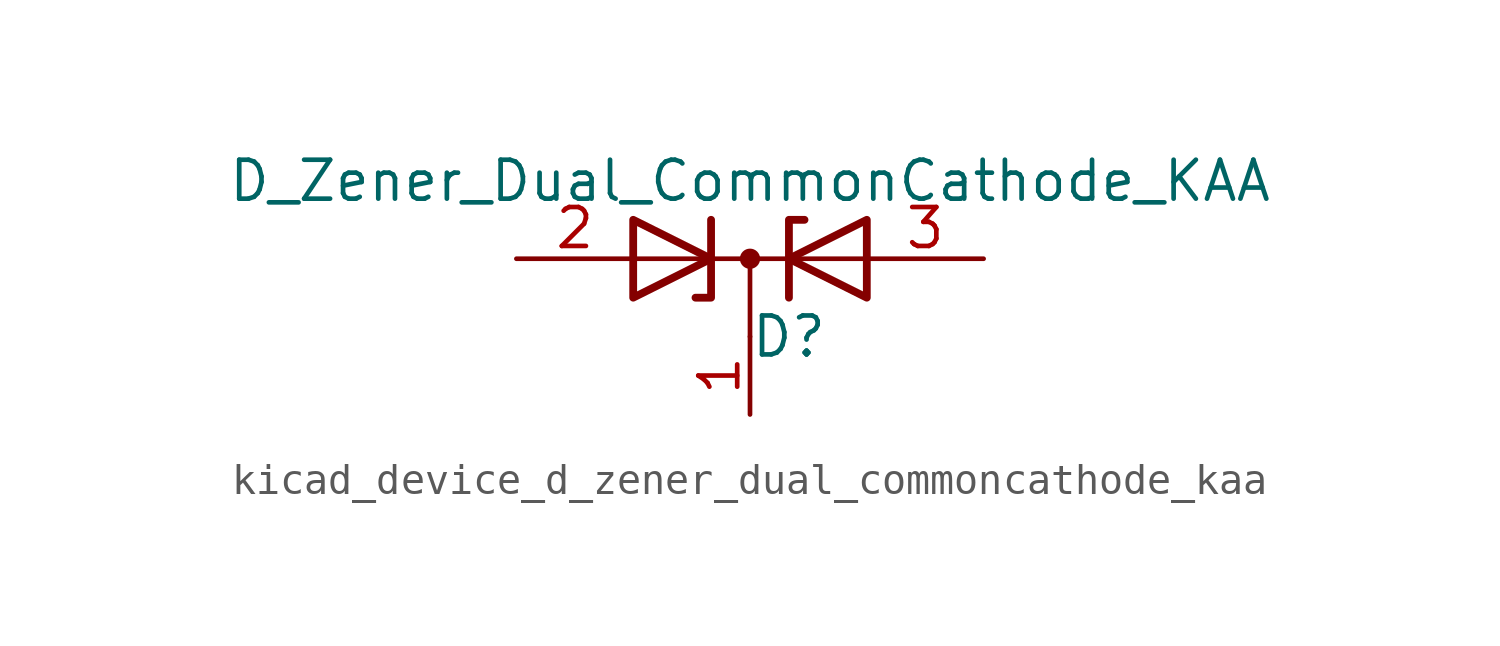
<source format=kicad_sym>
(kicad_symbol_lib
  (version 20220914)
  (generator kicad_symbol_editor)
  (symbol "kicad_device_d_zener_dual_commoncathode_kaa"
    (pin_names
      (offset 0.762) hide)
    (property "Reference" "D"
      (at 1.27 -2.54 0)
      (effects (font (size 1.27 1.27))))
    (property "Value" "D_Zener_Dual_CommonCathode_KAA"
      (at 0 2.54 0)
      (effects (font (size 1.27 1.27))))
    (symbol "kicad_device_d_zener_dual_commoncathode_kaa_0_1"
      (polyline (pts (xy -3.81 0) (xy 3.81 0)) (stroke (width 0) (type default)) (fill (type none)))
      (polyline (pts (xy 0 0) (xy 0 -2.54)) (stroke (width 0) (type default)) (fill (type none)))
      (polyline (pts (xy -1.27 1.27) (xy -1.27 -1.27) (xy -1.778 -1.27)) (stroke (width 0.254) (type default)) (fill (type none)))
      (polyline (pts (xy 1.27 -1.27) (xy 1.27 1.27) (xy 1.778 1.27)) (stroke (width 0.254) (type default)) (fill (type none)))
      (polyline (pts (xy -3.81 1.27) (xy -1.27 0) (xy -3.81 -1.27) (xy -3.81 1.27) (xy -3.81 1.27) (xy -3.81 1.27)) (stroke (width 0.254) (type default)) (fill (type none)))
      (polyline (pts (xy 3.81 -1.27) (xy 1.27 0) (xy 3.81 1.27) (xy 3.81 -1.27) (xy 3.81 -1.27) (xy 3.81 -1.27)) (stroke (width 0.254) (type default)) (fill (type none)))
      (circle (center 0 0) (radius 0.254) (stroke (width 0) (type default)) (fill (type outline)))
      (pin passive line (at 0 -5.08 90) (length 2.54) (name "K" (effects (font (size 1.27 1.27)))) (number "1" (effects (font (size 1.27 1.27)))))
      (pin passive line (at -7.62 0 0) (length 3.81) (name "A" (effects (font (size 1.27 1.27)))) (number "2" (effects (font (size 1.27 1.27)))))
      (pin passive line (at 7.62 0 180) (length 3.81) (name "A" (effects (font (size 1.27 1.27)))) (number "3" (effects (font (size 1.27 1.27))))))))
</source>
